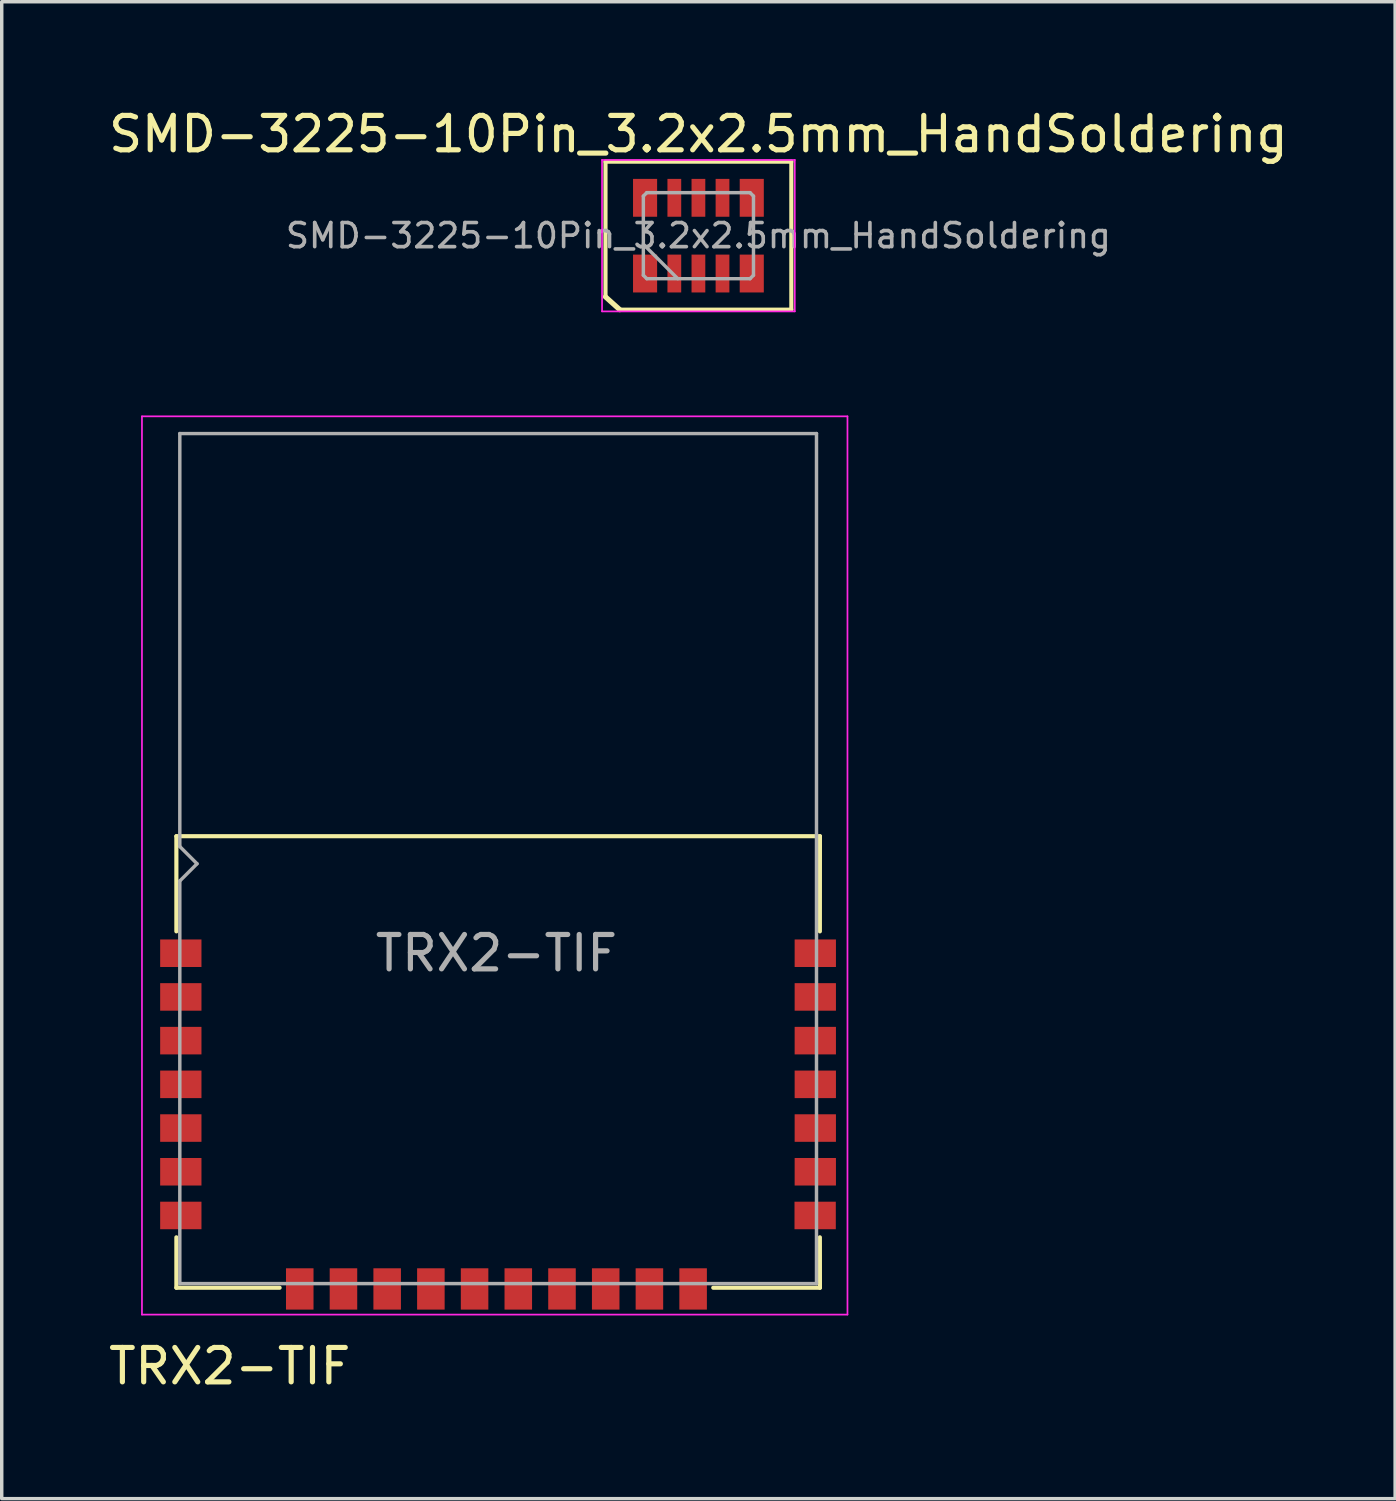
<source format=kicad_pcb>
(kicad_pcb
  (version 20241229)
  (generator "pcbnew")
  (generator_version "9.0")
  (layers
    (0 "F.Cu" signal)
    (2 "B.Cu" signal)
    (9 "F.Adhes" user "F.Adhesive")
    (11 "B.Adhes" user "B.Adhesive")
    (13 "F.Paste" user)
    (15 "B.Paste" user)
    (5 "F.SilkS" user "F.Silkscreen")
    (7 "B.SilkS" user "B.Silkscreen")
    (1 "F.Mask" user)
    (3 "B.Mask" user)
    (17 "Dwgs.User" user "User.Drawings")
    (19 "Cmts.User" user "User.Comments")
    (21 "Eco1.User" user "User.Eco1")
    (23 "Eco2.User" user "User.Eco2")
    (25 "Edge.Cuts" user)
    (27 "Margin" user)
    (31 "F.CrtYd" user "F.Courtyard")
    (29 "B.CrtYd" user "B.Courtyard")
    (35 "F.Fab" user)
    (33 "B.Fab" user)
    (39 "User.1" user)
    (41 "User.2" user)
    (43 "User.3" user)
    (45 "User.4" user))
  (footprint "TRX2-TIF"
    (layer "F.Cu")
    (at 11.375 24.648)
    (property "Reference" "TRX2-TIF" (at -7.75 12 180) (layer "F.SilkS") (effects (font (size 1 1) (thickness 0.15))))
    (attr smd)
    (fp_line (start -9.3 -3.4) (end -9.3 -0.635) (stroke (width 0.12) (type solid)) (layer "F.SilkS"))
    (fp_line (start -9.3 -3.4) (end 9.4 -3.4) (stroke (width 0.12) (type solid)) (layer "F.SilkS"))
    (fp_line (start -9.3 9.72) (end -9.3 8.255) (stroke (width 0.12) (type solid)) (layer "F.SilkS"))
    (fp_line (start -9.3 9.72) (end -6.3 9.72) (stroke (width 0.12) (type solid)) (layer "F.SilkS"))
    (fp_line (start 9.398 8.255) (end 9.4 9.72) (stroke (width 0.12) (type solid)) (layer "F.SilkS"))
    (fp_line (start 9.4 -3.4) (end 9.398 -0.635) (stroke (width 0.12) (type solid)) (layer "F.SilkS"))
    (fp_line (start 9.4 9.72) (end 6.3 9.72) (stroke (width 0.12) (type solid)) (layer "F.SilkS"))
    (fp_line (start -10.3 10.5) (end -10.3 -15.6) (stroke (width 0.05) (type solid)) (layer "F.CrtYd"))
    (fp_line (start -10.3 10.5) (end 10.2 10.5) (stroke (width 0.05) (type solid)) (layer "F.CrtYd"))
    (fp_line (start 10.2 -15.6) (end -10.3 -15.6) (stroke (width 0.05) (type solid)) (layer "F.CrtYd"))
    (fp_line (start 10.2 -15.6) (end 10.2 10.5) (stroke (width 0.05) (type solid)) (layer "F.CrtYd"))
    (fp_line (start -9.2 -15.1) (end -9.2 -3.1) (stroke (width 0.1) (type solid)) (layer "F.Fab"))
    (fp_line (start -9.2 -15.1) (end 9.3 -15.1) (stroke (width 0.1) (type solid)) (layer "F.Fab"))
    (fp_line (start -9.2 -2.1) (end -9.2 9.6) (stroke (width 0.1) (type solid)) (layer "F.Fab"))
    (fp_line (start -9.2 -2.1) (end -8.7 -2.6) (stroke (width 0.1) (type solid)) (layer "F.Fab"))
    (fp_line (start -9.2 9.6) (end 9.3 9.6) (stroke (width 0.1) (type solid)) (layer "F.Fab"))
    (fp_line (start -8.7 -2.6) (end -9.2 -3.1) (stroke (width 0.1) (type solid)) (layer "F.Fab"))
    (fp_line (start 9.3 9.6) (end 9.3 -15.1) (stroke (width 0.1) (type solid)) (layer "F.Fab"))
    (fp_text user "${REFERENCE}" (at 0 0 0) (layer "F.Fab") (effects (font (size 1 1) (thickness 0.15))))
    (pad "3" smd rect (at -9.171 0) (size 1.2 0.8) (layers "F.Cu" "F.Mask" "F.Paste"))
    (pad "4" smd rect (at -9.171 1.27) (size 1.2 0.8) (layers "F.Cu" "F.Mask" "F.Paste"))
    (pad "5" smd rect (at -9.171 2.54) (size 1.2 0.8) (layers "F.Cu" "F.Mask" "F.Paste"))
    (pad "6" smd rect (at -9.171 3.81) (size 1.2 0.8) (layers "F.Cu" "F.Mask" "F.Paste"))
    (pad "7" smd rect (at -9.171 5.08) (size 1.2 0.8) (layers "F.Cu" "F.Mask" "F.Paste"))
    (pad "8" smd rect (at -9.171 6.35) (size 1.2 0.8) (layers "F.Cu" "F.Mask" "F.Paste"))
    (pad "9" smd rect (at -9.171 7.62) (size 1.2 0.8) (layers "F.Cu" "F.Mask" "F.Paste"))
    (pad "10" smd rect (at -5.715 9.755 270) (size 1.2 0.8) (layers "F.Cu" "F.Mask" "F.Paste"))
    (pad "11" smd rect (at -4.445 9.755 90) (size 1.2 0.8) (layers "F.Cu" "F.Mask" "F.Paste"))
    (pad "12" smd rect (at -3.175 9.755 90) (size 1.2 0.8) (layers "F.Cu" "F.Mask" "F.Paste"))
    (pad "13" smd rect (at -1.905 9.755 90) (size 1.2 0.8) (layers "F.Cu" "F.Mask" "F.Paste"))
    (pad "14" smd rect (at -0.635 9.755 90) (size 1.2 0.8) (layers "F.Cu" "F.Mask" "F.Paste"))
    (pad "15" smd rect (at 0.635 9.755 90) (size 1.2 0.8) (layers "F.Cu" "F.Mask" "F.Paste"))
    (pad "16" smd rect (at 1.905 9.755 90) (size 1.2 0.8) (layers "F.Cu" "F.Mask" "F.Paste"))
    (pad "17" smd rect (at 3.175 9.755 90) (size 1.2 0.8) (layers "F.Cu" "F.Mask" "F.Paste"))
    (pad "18" smd rect (at 4.445 9.755 90) (size 1.2 0.8) (layers "F.Cu" "F.Mask" "F.Paste"))
    (pad "19" smd rect (at 5.715 9.755 90) (size 1.2 0.8) (layers "F.Cu" "F.Mask" "F.Paste"))
    (pad "20" smd rect (at 9.261 7.62) (size 1.2 0.8) (layers "F.Cu" "F.Mask" "F.Paste"))
    (pad "21" smd rect (at 9.265 6.35) (size 1.2 0.8) (layers "F.Cu" "F.Mask" "F.Paste"))
    (pad "22" smd rect (at 9.265 5.08) (size 1.2 0.8) (layers "F.Cu" "F.Mask" "F.Paste"))
    (pad "23" smd rect (at 9.265 3.81) (size 1.2 0.8) (layers "F.Cu" "F.Mask" "F.Paste"))
    (pad "24" smd rect (at 9.265 2.54) (size 1.2 0.8) (layers "F.Cu" "F.Mask" "F.Paste"))
    (pad "25" smd rect (at 9.265 1.27) (size 1.2 0.8) (layers "F.Cu" "F.Mask" "F.Paste"))
    (pad "26" smd rect (at 9.265 0) (size 1.2 0.8) (layers "F.Cu" "F.Mask" "F.Paste")))
  (footprint "SMD-3225-10Pin_3.2x2.5mm_HandSoldering"
    (layer "F.Cu")
    (at 17.244 3.798)
    (property "Reference" "SMD-3225-10Pin_3.2x2.5mm_HandSoldering" (at 0 -2.95 0) (layer "F.SilkS") (effects (font (size 1 1) (thickness 0.15))))
    (attr smd)
    (fp_line (start -2.7 -2.15) (end -2.7 1.778) (stroke (width 0.12) (type solid)) (layer "F.SilkS"))
    (fp_line (start -2.7 -2.15) (end 2.7 -2.15) (stroke (width 0.12) (type solid)) (layer "F.SilkS"))
    (fp_line (start -2.7 1.778) (end -2.286 2.15) (stroke (width 0.15) (type solid)) (layer "F.SilkS"))
    (fp_line (start -2.286 2.15) (end 2.7 2.15) (stroke (width 0.12) (type solid)) (layer "F.SilkS"))
    (fp_line (start 2.7 -2.15) (end 2.7 2.15) (stroke (width 0.12) (type solid)) (layer "F.SilkS"))
    (fp_line (start -2.8 -2.2) (end -2.8 2.2) (stroke (width 0.05) (type solid)) (layer "F.CrtYd"))
    (fp_line (start -2.8 2.2) (end 2.8 2.2) (stroke (width 0.05) (type solid)) (layer "F.CrtYd"))
    (fp_line (start 2.8 -2.2) (end -2.8 -2.2) (stroke (width 0.05) (type solid)) (layer "F.CrtYd"))
    (fp_line (start 2.8 2.2) (end 2.8 -2.2) (stroke (width 0.05) (type solid)) (layer "F.CrtYd"))
    (fp_line (start -1.6 -1.15) (end -1.5 -1.25) (stroke (width 0.1) (type solid)) (layer "F.Fab"))
    (fp_line (start -1.6 0.25) (end -0.6 1.25) (stroke (width 0.1) (type solid)) (layer "F.Fab"))
    (fp_line (start -1.6 1.15) (end -1.6 -1.15) (stroke (width 0.1) (type solid)) (layer "F.Fab"))
    (fp_line (start -1.5 -1.25) (end 1.5 -1.25) (stroke (width 0.1) (type solid)) (layer "F.Fab"))
    (fp_line (start -1.5 1.25) (end -1.6 1.15) (stroke (width 0.1) (type solid)) (layer "F.Fab"))
    (fp_line (start 1.5 -1.25) (end 1.6 -1.15) (stroke (width 0.1) (type solid)) (layer "F.Fab"))
    (fp_line (start 1.5 1.25) (end -1.5 1.25) (stroke (width 0.1) (type solid)) (layer "F.Fab"))
    (fp_line (start 1.6 -1.15) (end 1.6 1.15) (stroke (width 0.1) (type solid)) (layer "F.Fab"))
    (fp_line (start 1.6 1.15) (end 1.5 1.25) (stroke (width 0.1) (type solid)) (layer "F.Fab"))
    (fp_text user "${REFERENCE}" (at 0 0 0) (layer "F.Fab") (effects (font (size 0.7 0.7) (thickness 0.105))))
    (pad "1" smd rect (at -1.55 1.1) (size 0.7 1.1) (layers "F.Cu" "F.Mask" "F.Paste"))
    (pad "2" smd rect (at -0.7 1.1) (size 0.4 1.1) (layers "F.Cu" "F.Mask" "F.Paste"))
    (pad "3" smd rect (at 0 1.1) (size 0.4 1.1) (layers "F.Cu" "F.Mask" "F.Paste"))
    (pad "4" smd rect (at 0.7 1.1) (size 0.4 1.1) (layers "F.Cu" "F.Mask" "F.Paste"))
    (pad "5" smd rect (at 1.55 1.1) (size 0.7 1.1) (layers "F.Cu" "F.Mask" "F.Paste"))
    (pad "6" smd rect (at 1.55 -1.1) (size 0.7 1.1) (layers "F.Cu" "F.Mask" "F.Paste"))
    (pad "7" smd rect (at 0.7 -1.1) (size 0.4 1.1) (layers "F.Cu" "F.Mask" "F.Paste"))
    (pad "8" smd rect (at 0 -1.1) (size 0.4 1.1) (layers "F.Cu" "F.Mask" "F.Paste"))
    (pad "9" smd rect (at -0.7 -1.1) (size 0.4 1.1) (layers "F.Cu" "F.Mask" "F.Paste"))
    (pad "10" smd rect (at -1.55 -1.1) (size 0.7 1.1) (layers "F.Cu" "F.Mask" "F.Paste")))
  (gr_rect
    (start -3 -3)
    (end 37.488 40.496)
    (stroke (width 0.1) (type default))
    (fill no)
    (layer "Edge.Cuts")))
</source>
